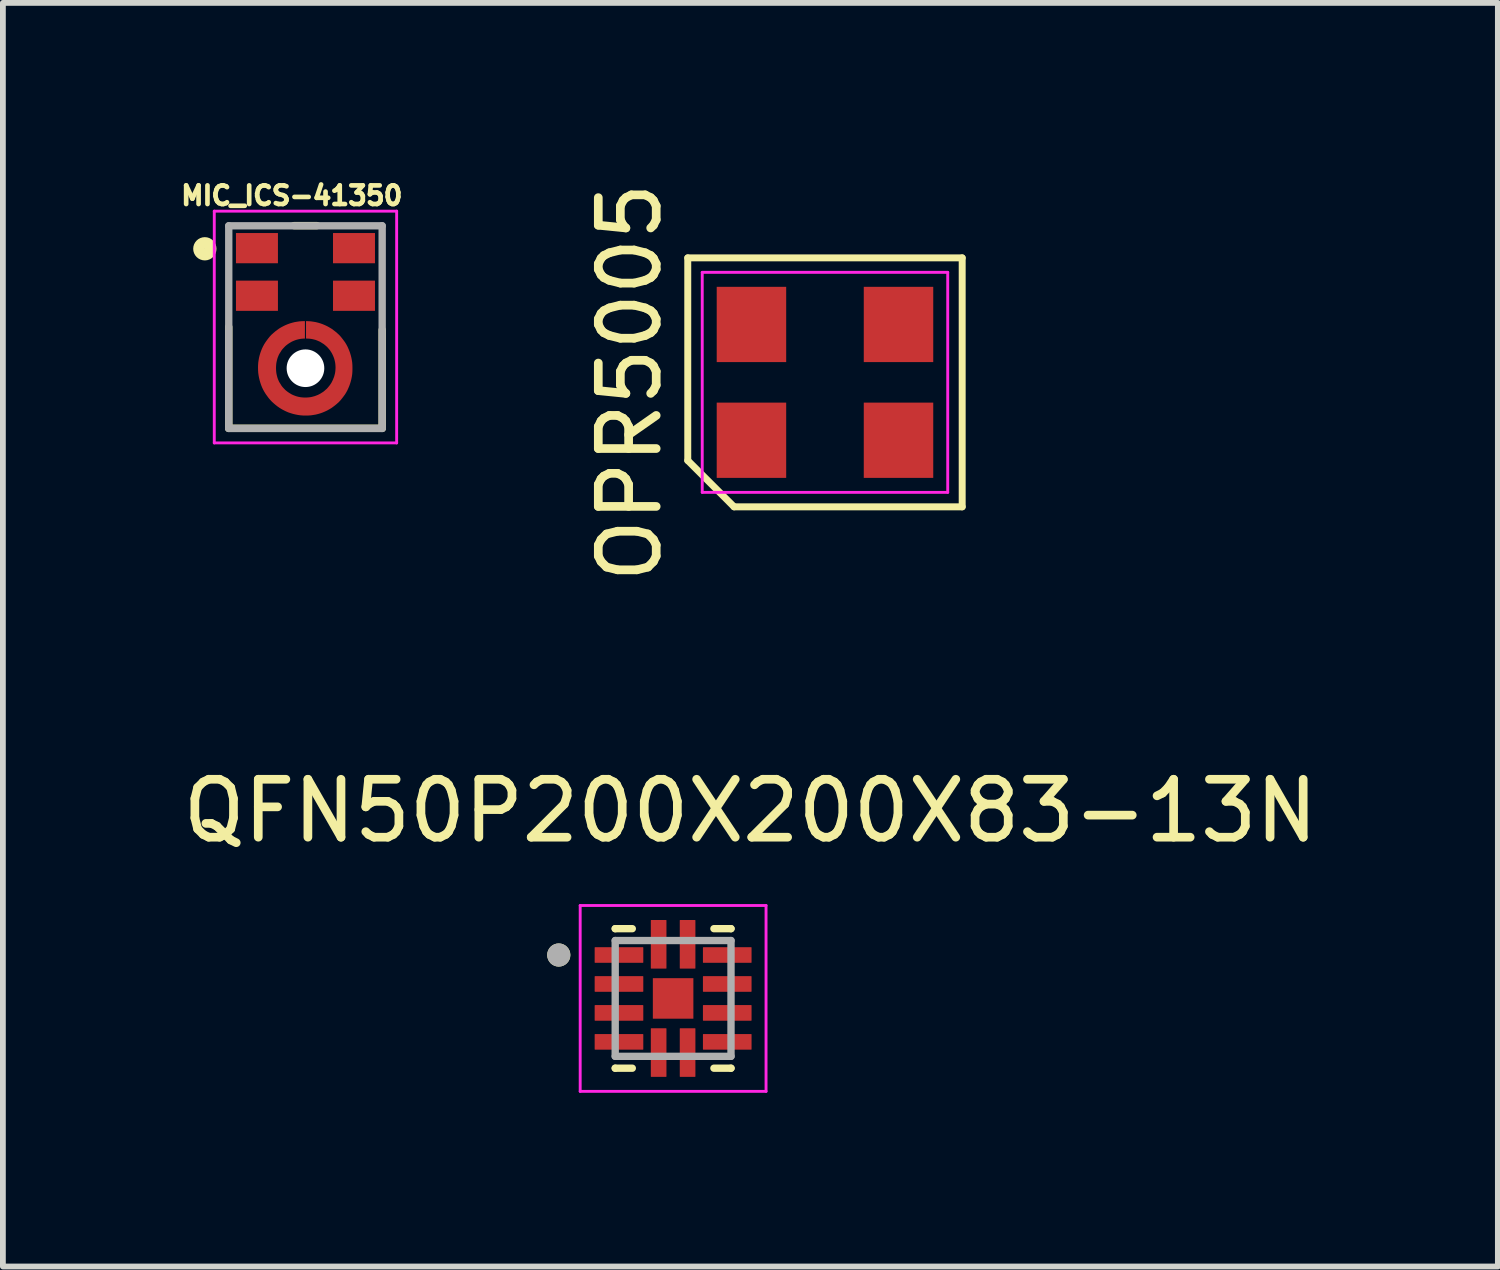
<source format=kicad_pcb>
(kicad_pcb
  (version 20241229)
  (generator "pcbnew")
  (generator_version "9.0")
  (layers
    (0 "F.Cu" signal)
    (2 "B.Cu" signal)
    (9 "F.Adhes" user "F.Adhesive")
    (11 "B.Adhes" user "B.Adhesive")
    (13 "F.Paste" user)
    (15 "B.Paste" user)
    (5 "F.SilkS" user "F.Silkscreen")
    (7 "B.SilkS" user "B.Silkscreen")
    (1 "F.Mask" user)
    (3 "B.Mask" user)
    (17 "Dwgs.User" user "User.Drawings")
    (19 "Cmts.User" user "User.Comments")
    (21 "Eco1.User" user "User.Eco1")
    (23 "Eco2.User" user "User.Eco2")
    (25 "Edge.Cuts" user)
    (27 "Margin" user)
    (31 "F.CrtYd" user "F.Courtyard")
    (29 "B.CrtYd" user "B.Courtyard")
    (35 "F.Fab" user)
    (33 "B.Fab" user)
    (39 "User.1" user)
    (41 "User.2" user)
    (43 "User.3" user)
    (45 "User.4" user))
  (footprint "MIC_ICS-41350"
    (layer "F.Cu")
    (at 2.226 2.597)
    (property "Reference" "MIC_ICS-41350" (at -0.236 -2.268 0) (layer "F.SilkS") (effects (font (size 0.322 0.322) (thickness 0.15))))
    (attr through_hole)
    (fp_circle (center 0 0.713) (end 0.662 0.713) (stroke (width 0.5) (type solid)) (fill no) (layer "F.Mask"))
    (fp_line (start -1.325 1.75) (end -1.325 0) (stroke (width 0.127) (type solid)) (layer "F.SilkS"))
    (fp_line (start -1.325 1.75) (end 1.325 1.75) (stroke (width 0.127) (type solid)) (layer "F.SilkS"))
    (fp_line (start 0.2 -1.75) (end -0.2 -1.75) (stroke (width 0.127) (type solid)) (layer "F.SilkS"))
    (fp_line (start 1.325 1.75) (end 1.325 0.05) (stroke (width 0.127) (type solid)) (layer "F.SilkS"))
    (fp_circle (center -1.738 -1.35) (end -1.637 -1.35) (stroke (width 0.2) (type solid)) (fill no) (layer "F.SilkS"))
    (fp_poly (pts (xy -0.525 -1.572) (xy -0.525 -1.15) (xy -1.15 -1.15) (xy -1.15 -1.572)) (stroke (width 0.001) (type solid)) (fill yes) (layer "F.Paste"))
    (fp_poly (pts (xy -0.525 -0.75) (xy -0.525 -0.328) (xy -1.15 -0.328) (xy -1.15 -0.75)) (stroke (width 0.001) (type solid)) (fill yes) (layer "F.Paste"))
    (fp_poly (pts (xy 1.15 -1.572) (xy 1.15 -1.15) (xy 0.525 -1.15) (xy 0.525 -1.572)) (stroke (width 0.001) (type solid)) (fill yes) (layer "F.Paste"))
    (fp_poly (pts (xy 1.15 -0.75) (xy 1.15 -0.328) (xy 0.525 -0.328) (xy 0.525 -0.75)) (stroke (width 0.001) (type solid)) (fill yes) (layer "F.Paste"))
    (fp_poly (pts (xy -0.56 0.663) (xy -0.557 0.64) (xy -0.553 0.614) (xy -0.548 0.588) (xy -0.541 0.562) (xy -0.534 0.537) (xy -0.525 0.513) (xy -0.515 0.488) (xy -0.504 0.465) (xy -0.492 0.441) (xy -0.478 0.419) (xy -0.464 0.397) (xy -0.449 0.375) (xy -0.432 0.355) (xy -0.415 0.335) (xy -0.397 0.316) (xy -0.378 0.298) (xy -0.358 0.281) (xy -0.338 0.264) (xy -0.316 0.249) (xy -0.294 0.235) (xy -0.272 0.221) (xy -0.248 0.209) (xy -0.225 0.198) (xy -0.2 0.188) (xy -0.176 0.179) (xy -0.151 0.172) (xy -0.125 0.165) (xy -0.099 0.16) (xy -0.073 0.156) (xy -0.05 0.153) (xy -0.05 -0.097) (xy -0.089 -0.094) (xy -0.127 -0.089) (xy -0.166 -0.082) (xy -0.204 -0.074) (xy -0.242 -0.063) (xy -0.28 -0.051) (xy -0.316 -0.036) (xy -0.352 -0.02) (xy -0.387 -0.003) (xy -0.421 0.017) (xy -0.454 0.038) (xy -0.487 0.06) (xy -0.518 0.085) (xy -0.547 0.11) (xy -0.576 0.137) (xy -0.603 0.166) (xy -0.628 0.195) (xy -0.653 0.226) (xy -0.675 0.259) (xy -0.696 0.292) (xy -0.716 0.326) (xy -0.733 0.361) (xy -0.749 0.397) (xy -0.764 0.433) (xy -0.776 0.471) (xy -0.787 0.509) (xy -0.795 0.547) (xy -0.802 0.586) (xy -0.807 0.624) (xy -0.81 0.663) (xy -0.56 0.663)) (stroke (width 0.001) (type solid)) (fill yes) (layer "F.Paste"))
    (fp_poly (pts (xy -0.05 1.273) (xy -0.073 1.27) (xy -0.099 1.266) (xy -0.125 1.261) (xy -0.151 1.254) (xy -0.176 1.247) (xy -0.2 1.238) (xy -0.225 1.228) (xy -0.248 1.217) (xy -0.272 1.205) (xy -0.294 1.191) (xy -0.316 1.177) (xy -0.338 1.162) (xy -0.358 1.145) (xy -0.378 1.128) (xy -0.397 1.11) (xy -0.415 1.091) (xy -0.432 1.071) (xy -0.449 1.051) (xy -0.464 1.029) (xy -0.478 1.007) (xy -0.492 0.985) (xy -0.504 0.961) (xy -0.515 0.938) (xy -0.525 0.913) (xy -0.534 0.889) (xy -0.541 0.864) (xy -0.548 0.838) (xy -0.553 0.812) (xy -0.557 0.786) (xy -0.56 0.763) (xy -0.81 0.763) (xy -0.807 0.802) (xy -0.802 0.84) (xy -0.795 0.879) (xy -0.787 0.917) (xy -0.776 0.955) (xy -0.764 0.993) (xy -0.749 1.029) (xy -0.733 1.065) (xy -0.716 1.1) (xy -0.696 1.134) (xy -0.675 1.167) (xy -0.653 1.2) (xy -0.628 1.231) (xy -0.603 1.26) (xy -0.576 1.289) (xy -0.547 1.316) (xy -0.518 1.341) (xy -0.487 1.366) (xy -0.454 1.388) (xy -0.421 1.409) (xy -0.387 1.429) (xy -0.352 1.446) (xy -0.316 1.462) (xy -0.28 1.477) (xy -0.242 1.489) (xy -0.204 1.5) (xy -0.166 1.508) (xy -0.127 1.515) (xy -0.089 1.52) (xy -0.05 1.523) (xy -0.05 1.273)) (stroke (width 0.001) (type solid)) (fill yes) (layer "F.Paste"))
    (fp_poly (pts (xy 0.05 0.153) (xy 0.073 0.156) (xy 0.099 0.16) (xy 0.125 0.165) (xy 0.151 0.172) (xy 0.176 0.179) (xy 0.2 0.188) (xy 0.225 0.198) (xy 0.248 0.209) (xy 0.272 0.221) (xy 0.294 0.235) (xy 0.316 0.249) (xy 0.338 0.264) (xy 0.358 0.281) (xy 0.378 0.298) (xy 0.397 0.316) (xy 0.415 0.335) (xy 0.432 0.355) (xy 0.449 0.375) (xy 0.464 0.397) (xy 0.478 0.419) (xy 0.492 0.441) (xy 0.504 0.465) (xy 0.515 0.488) (xy 0.525 0.513) (xy 0.534 0.537) (xy 0.541 0.562) (xy 0.548 0.588) (xy 0.553 0.614) (xy 0.557 0.64) (xy 0.56 0.663) (xy 0.81 0.663) (xy 0.807 0.624) (xy 0.802 0.586) (xy 0.795 0.547) (xy 0.787 0.509) (xy 0.776 0.471) (xy 0.764 0.433) (xy 0.749 0.397) (xy 0.733 0.361) (xy 0.716 0.326) (xy 0.696 0.292) (xy 0.675 0.259) (xy 0.653 0.226) (xy 0.628 0.195) (xy 0.603 0.166) (xy 0.576 0.137) (xy 0.547 0.11) (xy 0.518 0.085) (xy 0.487 0.06) (xy 0.454 0.038) (xy 0.421 0.017) (xy 0.387 -0.003) (xy 0.352 -0.02) (xy 0.316 -0.036) (xy 0.28 -0.051) (xy 0.242 -0.063) (xy 0.204 -0.074) (xy 0.166 -0.082) (xy 0.127 -0.089) (xy 0.089 -0.094) (xy 0.05 -0.097) (xy 0.05 0.153)) (stroke (width 0.001) (type solid)) (fill yes) (layer "F.Paste"))
    (fp_poly (pts (xy 0.56 0.763) (xy 0.557 0.786) (xy 0.553 0.812) (xy 0.548 0.838) (xy 0.541 0.864) (xy 0.534 0.889) (xy 0.525 0.913) (xy 0.515 0.938) (xy 0.504 0.961) (xy 0.492 0.985) (xy 0.478 1.007) (xy 0.464 1.029) (xy 0.449 1.051) (xy 0.432 1.071) (xy 0.415 1.091) (xy 0.397 1.11) (xy 0.378 1.128) (xy 0.358 1.145) (xy 0.338 1.162) (xy 0.316 1.177) (xy 0.294 1.191) (xy 0.272 1.205) (xy 0.248 1.217) (xy 0.225 1.228) (xy 0.2 1.238) (xy 0.176 1.247) (xy 0.151 1.254) (xy 0.125 1.261) (xy 0.099 1.266) (xy 0.073 1.27) (xy 0.05 1.273) (xy 0.05 1.523) (xy 0.089 1.52) (xy 0.127 1.515) (xy 0.166 1.508) (xy 0.204 1.5) (xy 0.242 1.489) (xy 0.28 1.477) (xy 0.316 1.462) (xy 0.352 1.446) (xy 0.387 1.429) (xy 0.421 1.409) (xy 0.454 1.388) (xy 0.487 1.366) (xy 0.518 1.341) (xy 0.547 1.316) (xy 0.576 1.289) (xy 0.603 1.26) (xy 0.628 1.231) (xy 0.653 1.2) (xy 0.675 1.167) (xy 0.696 1.134) (xy 0.716 1.1) (xy 0.733 1.065) (xy 0.749 1.029) (xy 0.764 0.993) (xy 0.776 0.955) (xy 0.787 0.917) (xy 0.795 0.879) (xy 0.802 0.84) (xy 0.807 0.802) (xy 0.81 0.763) (xy 0.56 0.763)) (stroke (width 0.001) (type solid)) (fill yes) (layer "F.Paste"))
    (fp_line (start -1.575 -2) (end 1.575 -2) (stroke (width 0.05) (type solid)) (layer "F.CrtYd"))
    (fp_line (start -1.575 2.003) (end -1.575 -2) (stroke (width 0.05) (type solid)) (layer "F.CrtYd"))
    (fp_line (start 1.575 -2) (end 1.575 2.003) (stroke (width 0.05) (type solid)) (layer "F.CrtYd"))
    (fp_line (start 1.575 2.003) (end -1.575 2.003) (stroke (width 0.05) (type solid)) (layer "F.CrtYd"))
    (fp_line (start -1.325 -1.747) (end 1.325 -1.747) (stroke (width 0.127) (type solid)) (layer "F.Fab"))
    (fp_line (start -1.325 1.753) (end -1.325 -1.747) (stroke (width 0.127) (type solid)) (layer "F.Fab"))
    (fp_line (start 1.325 -1.747) (end 1.325 1.753) (stroke (width 0.127) (type solid)) (layer "F.Fab"))
    (fp_line (start 1.325 1.753) (end -1.325 1.753) (stroke (width 0.127) (type solid)) (layer "F.Fab"))
    (pad "" np_thru_hole circle (at 0 0.713) (size 0.65 0.65) (drill 0.65) (layers "*.Cu" "*.Mask"))
    (pad "1" smd rect (at -0.838 -1.361) (size 0.725 0.522) (layers "F.Cu" "F.Mask"))
    (pad "2" smd rect (at -0.838 -0.539) (size 0.725 0.522) (layers "F.Cu" "F.Mask"))
    (pad "3" smd custom (at -0.015 1.383) (size 0.2 0.2) (layers "F.Cu") (options (anchor rect)) (primitives (gr_poly (pts (xy 0.005 -1.183) (xy 0.005 -1.483) (xy -0.004 -1.483) (xy -0.046 -1.482) (xy -0.088 -1.479) (xy -0.13 -1.473) (xy -0.171 -1.466) (xy -0.211 -1.456) (xy -0.252 -1.444) (xy -0.291 -1.43) (xy -0.33 -1.414) (xy -0.367 -1.396) (xy -0.405 -1.376) (xy -0.441 -1.354) (xy -0.474 -1.33) (xy -0.507 -1.305) (xy -0.539 -1.278) (xy -0.571 -1.249) (xy -0.6 -1.218) (xy -0.626 -1.186) (xy -0.651 -1.153) (xy -0.675 -1.119) (xy -0.698 -1.083) (xy -0.718 -1.046) (xy -0.736 -1.008) (xy -0.751 -0.97) (xy -0.765 -0.93) (xy -0.777 -0.89) (xy -0.787 -0.849) (xy -0.794 -0.808) (xy -0.8 -0.767) (xy -0.803 -0.725) (xy -0.804 -0.683) (xy -0.804 -0.673) (xy -0.803 -0.63) (xy -0.8 -0.587) (xy -0.794 -0.545) (xy -0.786 -0.503) (xy -0.776 -0.461) (xy -0.764 -0.42) (xy -0.75 -0.379) (xy -0.734 -0.339) (xy -0.716 -0.301) (xy -0.695 -0.263) (xy -0.672 -0.226) (xy -0.647 -0.191) (xy -0.622 -0.157) (xy -0.594 -0.124) (xy -0.565 -0.093) (xy -0.533 -0.064) (xy -0.5 -0.036) (xy -0.467 -0.01) (xy -0.431 0.015) (xy -0.395 0.037) (xy -0.356 0.058) (xy -0.319 0.076) (xy -0.279 0.093) (xy -0.237 0.107) (xy -0.197 0.119) (xy -0.154 0.129) (xy -0.113 0.137) (xy -0.07 0.143) (xy -0.028 0.146) (xy 0.015 0.147) (xy 0.025 0.147) (xy 0.068 0.146) (xy 0.11 0.143) (xy 0.15 0.137) (xy 0.192 0.13) (xy 0.233 0.12) (xy 0.273 0.108) (xy 0.312 0.094) (xy 0.35 0.078) (xy 0.389 0.06) (xy 0.425 0.04) (xy 0.462 0.018) (xy 0.495 -0.006) (xy 0.528 -0.031) (xy 0.56 -0.058) (xy 0.592 -0.087) (xy 0.621 -0.118) (xy 0.647 -0.15) (xy 0.672 -0.183) (xy 0.697 -0.217) (xy 0.719 -0.253) (xy 0.739 -0.29) (xy 0.756 -0.328) (xy 0.772 -0.366) (xy 0.786 -0.406) (xy 0.798 -0.446) (xy 0.808 -0.487) (xy 0.816 -0.528) (xy 0.822 -0.569) (xy 0.825 -0.611) (xy 0.826 -0.653) (xy 0.826 -0.683) (xy 0.825 -0.725) (xy 0.822 -0.767) (xy 0.816 -0.808) (xy 0.808 -0.849) (xy 0.798 -0.89) (xy 0.786 -0.93) (xy 0.772 -0.97) (xy 0.756 -1.008) (xy 0.739 -1.046) (xy 0.719 -1.083) (xy 0.697 -1.119) (xy 0.672 -1.153) (xy 0.647 -1.186) (xy 0.621 -1.218) (xy 0.592 -1.249) (xy 0.56 -1.278) (xy 0.528 -1.305) (xy 0.495 -1.33) (xy 0.462 -1.354) (xy 0.425 -1.376) (xy 0.389 -1.396) (xy 0.35 -1.414) (xy 0.312 -1.43) (xy 0.273 -1.444) (xy 0.233 -1.456) (xy 0.192 -1.466) (xy 0.15 -1.473) (xy 0.11 -1.479) (xy 0.068 -1.482) (xy 0.025 -1.483) (xy 0.025 -1.183) (xy 0.035 -1.183) (xy 0.061 -1.182) (xy 0.087 -1.18) (xy 0.114 -1.177) (xy 0.14 -1.172) (xy 0.165 -1.166) (xy 0.191 -1.159) (xy 0.214 -1.15) (xy 0.238 -1.14) (xy 0.263 -1.129) (xy 0.285 -1.116) (xy 0.307 -1.102) (xy 0.33 -1.088) (xy 0.35 -1.072) (xy 0.37 -1.055) (xy 0.39 -1.037) (xy 0.407 -1.018) (xy 0.424 -0.998) (xy 0.441 -0.977) (xy 0.455 -0.955) (xy 0.469 -0.933) (xy 0.481 -0.91) (xy 0.492 -0.886) (xy 0.502 -0.862) (xy 0.511 -0.838) (xy 0.518 -0.812) (xy 0.524 -0.787) (xy 0.529 -0.761) (xy 0.532 -0.735) (xy 0.534 -0.709) (xy 0.535 -0.683) (xy 0.534 -0.656) (xy 0.532 -0.629) (xy 0.529 -0.602) (xy 0.524 -0.575) (xy 0.517 -0.548) (xy 0.51 -0.522) (xy 0.5 -0.497) (xy 0.49 -0.471) (xy 0.478 -0.447) (xy 0.466 -0.423) (xy 0.452 -0.4) (xy 0.436 -0.377) (xy 0.419 -0.356) (xy 0.402 -0.335) (xy 0.384 -0.315) (xy 0.363 -0.297) (xy 0.343 -0.279) (xy 0.322 -0.262) (xy 0.298 -0.247) (xy 0.276 -0.233) (xy 0.252 -0.22) (xy 0.228 -0.208) (xy 0.202 -0.198) (xy 0.176 -0.188) (xy 0.15 -0.181) (xy 0.123 -0.174) (xy 0.097 -0.169) (xy 0.07 -0.166) (xy 0.043 -0.164) (xy 0.015 -0.163) (xy 0.005 -0.163) (xy -0.021 -0.164) (xy -0.046 -0.166) (xy -0.072 -0.169) (xy -0.099 -0.174) (xy -0.123 -0.18) (xy -0.149 -0.187) (xy -0.173 -0.196) (xy -0.198 -0.206) (xy -0.222 -0.217) (xy -0.244 -0.23) (xy -0.267 -0.244) (xy -0.288 -0.258) (xy -0.309 -0.274) (xy -0.33 -0.291) (xy -0.348 -0.309) (xy -0.366 -0.328) (xy -0.384 -0.348) (xy -0.4 -0.369) (xy -0.413 -0.391) (xy -0.427 -0.413) (xy -0.441 -0.436) (xy -0.452 -0.46) (xy -0.462 -0.484) (xy -0.47 -0.508) (xy -0.477 -0.534) (xy -0.483 -0.559) (xy -0.488 -0.585) (xy -0.491 -0.611) (xy -0.493 -0.637) (xy -0.494 -0.663) (xy -0.494 -0.683) (xy -0.493 -0.709) (xy -0.491 -0.735) (xy -0.488 -0.761) (xy -0.483 -0.787) (xy -0.477 -0.812) (xy -0.47 -0.838) (xy -0.462 -0.862) (xy -0.452 -0.886) (xy -0.441 -0.91) (xy -0.427 -0.933) (xy -0.413 -0.955) (xy -0.4 -0.977) (xy -0.384 -0.998) (xy -0.366 -1.018) (xy -0.348 -1.037) (xy -0.33 -1.055) (xy -0.309 -1.072) (xy -0.288 -1.088) (xy -0.267 -1.102) (xy -0.244 -1.116) (xy -0.222 -1.129) (xy -0.198 -1.14) (xy -0.173 -1.15) (xy -0.149 -1.159) (xy -0.123 -1.166) (xy -0.099 -1.172) (xy -0.072 -1.177) (xy -0.046 -1.18) (xy -0.021 -1.182) (xy 0.005 -1.183)) (width 0.001) (fill yes))))
    (pad "4" smd rect (at 0.838 -0.539) (size 0.725 0.522) (layers "F.Cu" "F.Mask"))
    (pad "5" smd rect (at 0.838 -1.361) (size 0.725 0.522) (layers "F.Cu" "F.Mask")))
  (footprint "OPR5005"
    (layer "F.Cu")
    (at 11.199 3.554)
    (property "Reference" "OPR5005" (at -3.37 0 90) (layer "F.SilkS") (effects (font (size 1 1) (thickness 0.15))))
    (attr smd)
    (fp_line (start -2.37 -2.15) (end 2.37 -2.15) (stroke (width 0.12) (type solid)) (layer "F.SilkS"))
    (fp_line (start -2.37 1.35) (end -2.37 -2.15) (stroke (width 0.12) (type solid)) (layer "F.SilkS"))
    (fp_line (start -1.57 2.15) (end -2.37 1.35) (stroke (width 0.12) (type solid)) (layer "F.SilkS"))
    (fp_line (start 2.37 -2.15) (end 2.37 2.15) (stroke (width 0.12) (type solid)) (layer "F.SilkS"))
    (fp_line (start 2.37 2.15) (end -1.57 2.15) (stroke (width 0.12) (type solid)) (layer "F.SilkS"))
    (fp_line (start -2.12 -1.9) (end 2.12 -1.9) (stroke (width 0.05) (type solid)) (layer "F.CrtYd"))
    (fp_line (start -2.12 1.9) (end -2.12 -1.9) (stroke (width 0.05) (type solid)) (layer "F.CrtYd"))
    (fp_line (start 2.12 -1.9) (end 2.12 1.9) (stroke (width 0.05) (type solid)) (layer "F.CrtYd"))
    (fp_line (start 2.12 1.9) (end -2.12 1.9) (stroke (width 0.05) (type solid)) (layer "F.CrtYd"))
    (pad "1" smd rect (at -1.27 1) (size 1.2 1.3) (layers "F.Cu" "F.Mask" "F.Paste"))
    (pad "2" smd rect (at 1.27 1) (size 1.2 1.3) (layers "F.Cu" "F.Mask" "F.Paste"))
    (pad "3" smd rect (at 1.27 -1) (size 1.2 1.3) (layers "F.Cu" "F.Mask" "F.Paste"))
    (pad "4" smd rect (at -1.27 -1) (size 1.2 1.3) (layers "F.Cu" "F.Mask" "F.Paste")))
  (footprint "QFN50P200X200X83-13N"
    (layer "F.Cu")
    (at 8.576 14.195)
    (property "Reference" "QFN50P200X200X83-13N" (at 1.335 -3.24 0) (layer "F.SilkS") (effects (font (size 1 1) (thickness 0.15))))
    (attr through_hole)
    (fp_line (start -1 -1.205) (end -1 -1.205) (stroke (width 0.127) (type solid)) (layer "F.SilkS"))
    (fp_line (start -1 -1.205) (end -0.705 -1.205) (stroke (width 0.127) (type solid)) (layer "F.SilkS"))
    (fp_line (start -1 1.205) (end -1 1.205) (stroke (width 0.127) (type solid)) (layer "F.SilkS"))
    (fp_line (start -1 1.205) (end -0.705 1.205) (stroke (width 0.127) (type solid)) (layer "F.SilkS"))
    (fp_line (start 1 -1.205) (end 0.705 -1.205) (stroke (width 0.127) (type solid)) (layer "F.SilkS"))
    (fp_line (start 1 -1.205) (end 1 -1.205) (stroke (width 0.127) (type solid)) (layer "F.SilkS"))
    (fp_line (start 1 1.205) (end 0.705 1.205) (stroke (width 0.127) (type solid)) (layer "F.SilkS"))
    (fp_line (start 1 1.205) (end 1 1.205) (stroke (width 0.127) (type solid)) (layer "F.SilkS"))
    (fp_circle (center -1.975 -0.75) (end -1.875 -0.75) (stroke (width 0.2) (type solid)) (fill no) (layer "F.SilkS"))
    (fp_poly (pts (xy -0.22 -0.22) (xy 0.22 -0.22) (xy 0.22 0.22) (xy -0.22 0.22)) (stroke (width 0.01) (type solid)) (fill yes) (layer "F.Paste"))
    (fp_line (start -1.605 -1.605) (end 1.605 -1.605) (stroke (width 0.05) (type solid)) (layer "F.CrtYd"))
    (fp_line (start -1.605 1.605) (end -1.605 -1.605) (stroke (width 0.05) (type solid)) (layer "F.CrtYd"))
    (fp_line (start -1.605 1.605) (end 1.605 1.605) (stroke (width 0.05) (type solid)) (layer "F.CrtYd"))
    (fp_line (start 1.605 1.605) (end 1.605 -1.605) (stroke (width 0.05) (type solid)) (layer "F.CrtYd"))
    (fp_line (start -1 1) (end -1 -1) (stroke (width 0.127) (type solid)) (layer "F.Fab"))
    (fp_line (start 1 -1) (end -1 -1) (stroke (width 0.127) (type solid)) (layer "F.Fab"))
    (fp_line (start 1 1) (end -1 1) (stroke (width 0.127) (type solid)) (layer "F.Fab"))
    (fp_line (start 1 1) (end 1 -1) (stroke (width 0.127) (type solid)) (layer "F.Fab"))
    (fp_circle (center -1.975 -0.75) (end -1.875 -0.75) (stroke (width 0.2) (type solid)) (fill no) (layer "F.Fab"))
    (pad "1" smd roundrect (at -0.935 -0.75) (size 0.84 0.27) (layers "F.Cu" "F.Mask" "F.Paste") (roundrect_rratio 0.03))
    (pad "2" smd roundrect (at -0.935 -0.25) (size 0.84 0.27) (layers "F.Cu" "F.Mask" "F.Paste") (roundrect_rratio 0.03))
    (pad "3" smd roundrect (at -0.935 0.25) (size 0.84 0.27) (layers "F.Cu" "F.Mask" "F.Paste") (roundrect_rratio 0.03))
    (pad "4" smd roundrect (at -0.935 0.75) (size 0.84 0.27) (layers "F.Cu" "F.Mask" "F.Paste") (roundrect_rratio 0.03))
    (pad "5" smd roundrect (at -0.25 0.935) (size 0.27 0.84) (layers "F.Cu" "F.Mask" "F.Paste") (roundrect_rratio 0.03))
    (pad "6" smd roundrect (at 0.25 0.935) (size 0.27 0.84) (layers "F.Cu" "F.Mask" "F.Paste") (roundrect_rratio 0.03))
    (pad "7" smd roundrect (at 0.935 0.75) (size 0.84 0.27) (layers "F.Cu" "F.Mask" "F.Paste") (roundrect_rratio 0.03))
    (pad "8" smd roundrect (at 0.935 0.25) (size 0.84 0.27) (layers "F.Cu" "F.Mask" "F.Paste") (roundrect_rratio 0.03))
    (pad "9" smd roundrect (at 0.935 -0.25) (size 0.84 0.27) (layers "F.Cu" "F.Mask" "F.Paste") (roundrect_rratio 0.03))
    (pad "10" smd roundrect (at 0.935 -0.75) (size 0.84 0.27) (layers "F.Cu" "F.Mask" "F.Paste") (roundrect_rratio 0.03))
    (pad "11" smd roundrect (at 0.25 -0.935) (size 0.27 0.84) (layers "F.Cu" "F.Mask" "F.Paste") (roundrect_rratio 0.03))
    (pad "12" smd roundrect (at -0.25 -0.935) (size 0.27 0.84) (layers "F.Cu" "F.Mask" "F.Paste") (roundrect_rratio 0.03))
    (pad "13" smd rect (at 0 0) (size 0.7 0.7) (layers "F.Cu" "F.Mask")))
  (gr_rect
    (start -3 -3)
    (end 22.821 18.825)
    (stroke (width 0.1) (type default))
    (fill no)
    (layer "Edge.Cuts")))
</source>
